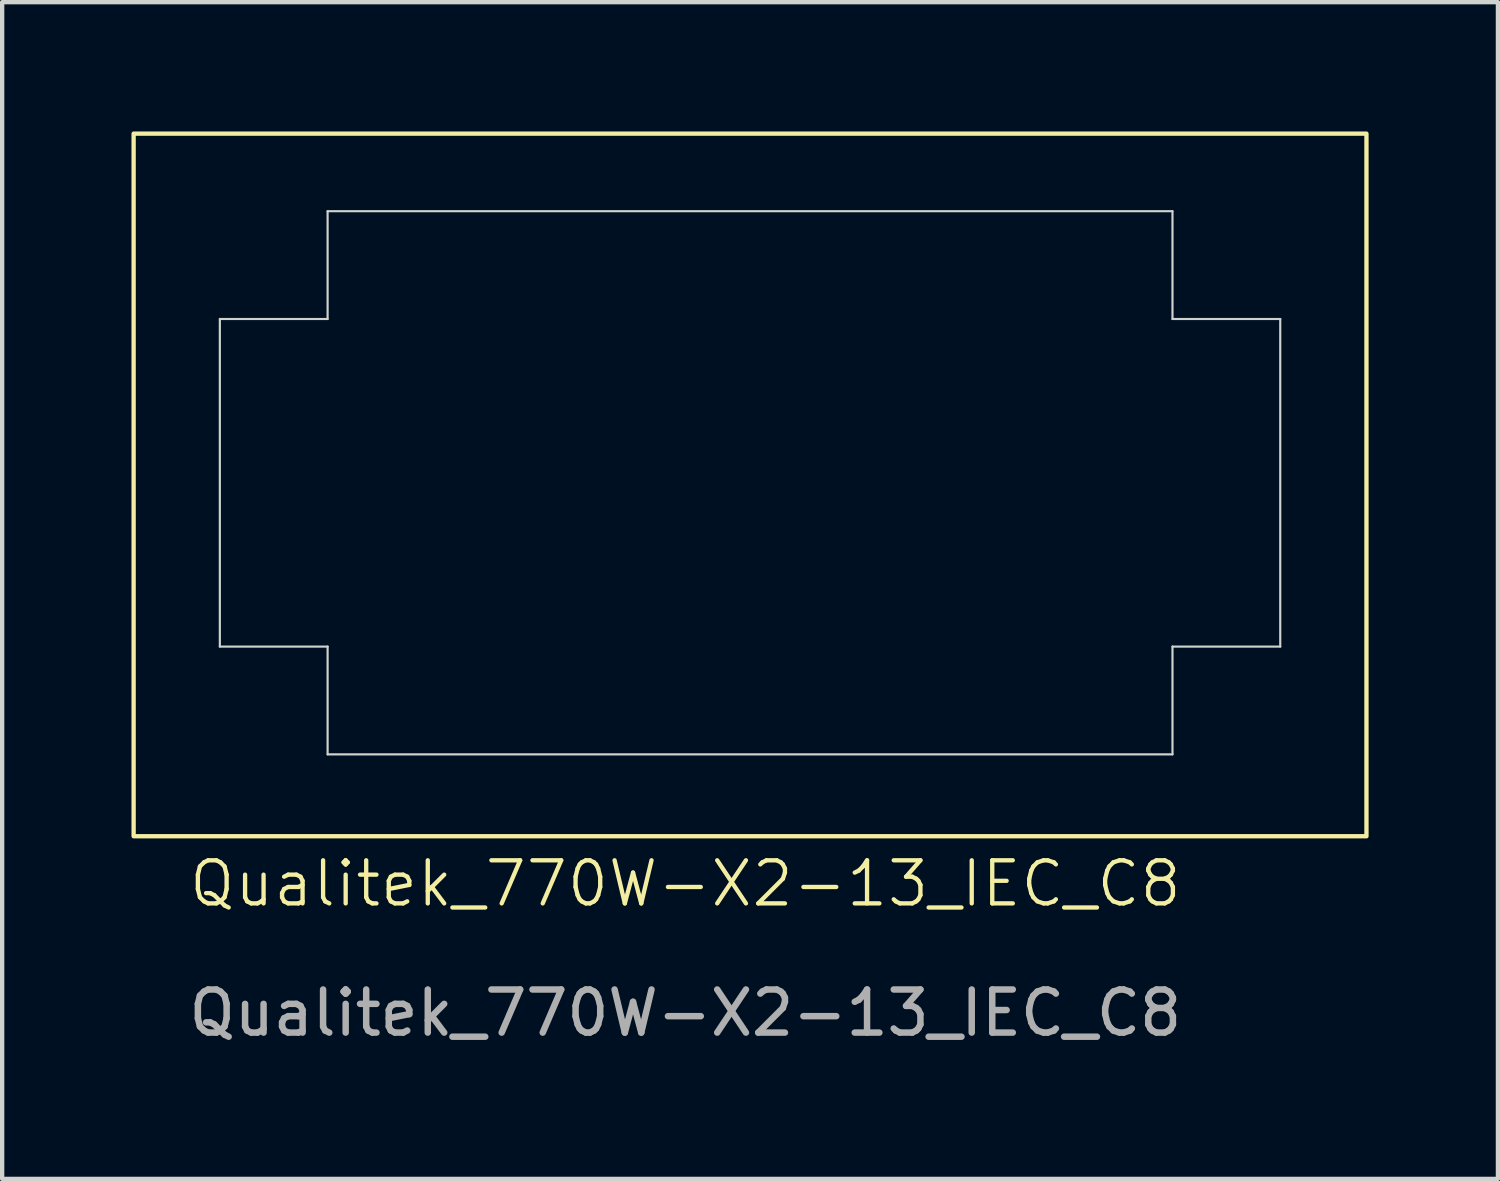
<source format=kicad_pcb>
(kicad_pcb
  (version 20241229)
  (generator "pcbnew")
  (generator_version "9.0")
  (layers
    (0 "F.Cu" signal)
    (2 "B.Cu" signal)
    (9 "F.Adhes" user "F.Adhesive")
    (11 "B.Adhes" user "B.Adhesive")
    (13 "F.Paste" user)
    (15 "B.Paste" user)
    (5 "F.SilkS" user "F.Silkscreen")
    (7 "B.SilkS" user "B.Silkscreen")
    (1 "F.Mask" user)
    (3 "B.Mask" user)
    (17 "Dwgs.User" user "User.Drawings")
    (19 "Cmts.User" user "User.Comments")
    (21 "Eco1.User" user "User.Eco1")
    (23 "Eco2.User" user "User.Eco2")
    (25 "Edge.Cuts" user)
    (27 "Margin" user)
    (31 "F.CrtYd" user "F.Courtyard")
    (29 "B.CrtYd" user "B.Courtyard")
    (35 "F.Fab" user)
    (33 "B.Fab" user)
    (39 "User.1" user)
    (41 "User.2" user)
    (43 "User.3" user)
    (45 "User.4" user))
  (footprint "Qualitek_770W-X2-13_IEC_C8"
    (layer "F.Cu")
    (at 12.85 17.95)
    (property "Reference" "Qualitek_770W-X2-13_IEC_C8" (at 0 -0.5 0) (unlocked yes) (layer "F.SilkS") (effects (font (size 1 1) (thickness 0.1))))
    (fp_rect (start -12.8 -17.9) (end 15.8 -1.6) (stroke (width 0.1) (type default)) (fill no) (layer "F.SilkS"))
    (fp_line (start -10.8 -13.6) (end -10.8 -6) (stroke (width 0.05) (type default)) (layer "Edge.Cuts"))
    (fp_line (start -10.8 -6) (end -8.3 -6) (stroke (width 0.05) (type default)) (layer "Edge.Cuts"))
    (fp_line (start -8.3 -16.1) (end -8.3 -13.6) (stroke (width 0.05) (type default)) (layer "Edge.Cuts"))
    (fp_line (start -8.3 -13.6) (end -10.8 -13.6) (stroke (width 0.05) (type default)) (layer "Edge.Cuts"))
    (fp_line (start -8.3 -6) (end -8.3 -3.5) (stroke (width 0.05) (type default)) (layer "Edge.Cuts"))
    (fp_line (start -8.3 -3.5) (end 11.3 -3.5) (stroke (width 0.05) (type default)) (layer "Edge.Cuts"))
    (fp_line (start 11.3 -16.1) (end -8.3 -16.1) (stroke (width 0.05) (type default)) (layer "Edge.Cuts"))
    (fp_line (start 11.3 -13.6) (end 11.3 -16.1) (stroke (width 0.05) (type default)) (layer "Edge.Cuts"))
    (fp_line (start 11.3 -6) (end 13.8 -6) (stroke (width 0.05) (type default)) (layer "Edge.Cuts"))
    (fp_line (start 11.3 -3.5) (end 11.3 -6) (stroke (width 0.05) (type default)) (layer "Edge.Cuts"))
    (fp_line (start 13.8 -13.6) (end 11.3 -13.6) (stroke (width 0.05) (type default)) (layer "Edge.Cuts"))
    (fp_line (start 13.8 -6) (end 13.8 -13.6) (stroke (width 0.05) (type default)) (layer "Edge.Cuts"))
    (fp_text user "${REFERENCE}" (at 0 2.5 0) (unlocked yes) (layer "F.Fab") (effects (font (size 1 1) (thickness 0.15)))))
  (gr_rect
    (start -3 -3)
    (end 31.7 24.298)
    (stroke (width 0.1) (type default))
    (fill no)
    (layer "Edge.Cuts")))
</source>
